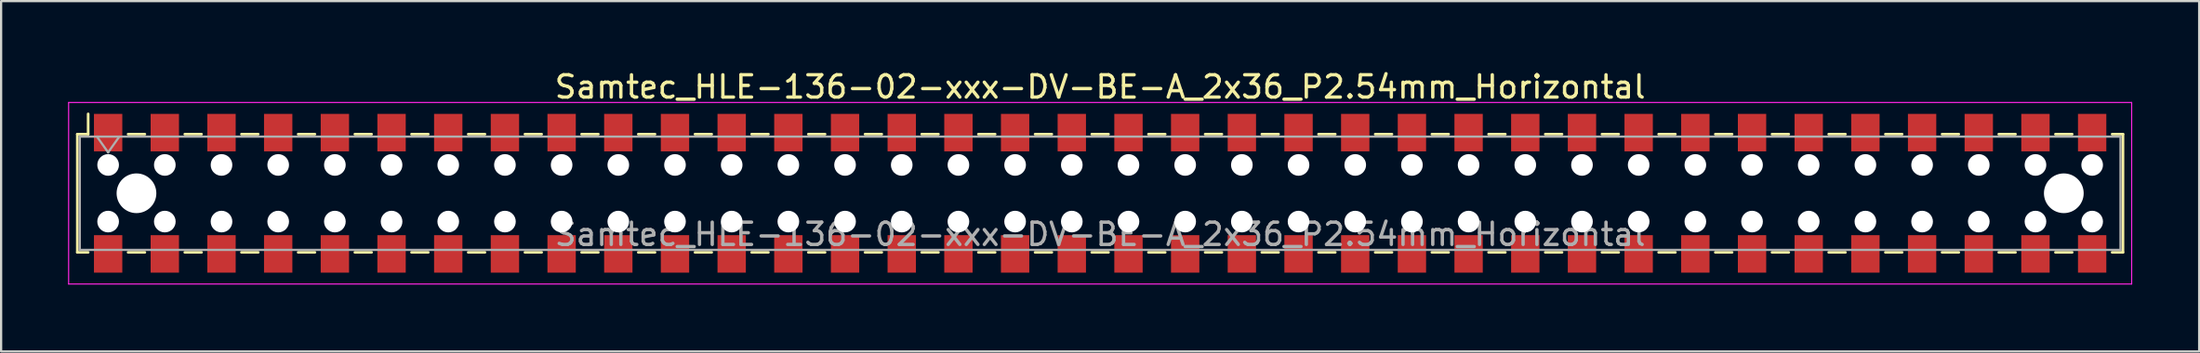
<source format=kicad_pcb>
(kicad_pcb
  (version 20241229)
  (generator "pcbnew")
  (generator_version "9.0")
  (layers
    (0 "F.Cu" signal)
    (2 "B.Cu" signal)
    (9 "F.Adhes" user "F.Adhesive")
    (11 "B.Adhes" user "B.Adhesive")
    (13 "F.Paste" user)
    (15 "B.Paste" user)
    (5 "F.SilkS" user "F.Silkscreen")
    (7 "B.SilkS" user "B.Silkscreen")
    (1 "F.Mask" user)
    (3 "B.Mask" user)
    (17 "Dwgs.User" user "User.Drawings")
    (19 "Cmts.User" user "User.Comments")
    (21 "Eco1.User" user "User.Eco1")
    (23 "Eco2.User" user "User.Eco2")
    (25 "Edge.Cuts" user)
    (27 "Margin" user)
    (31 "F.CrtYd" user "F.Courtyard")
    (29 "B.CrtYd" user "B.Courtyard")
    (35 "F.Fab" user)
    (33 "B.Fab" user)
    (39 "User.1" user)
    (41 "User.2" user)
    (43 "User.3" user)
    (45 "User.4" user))
  (footprint "Samtec_HLE-136-02-xxx-DV-BE-A_2x36_P2.54mm_Horizontal"
    (layer "F.Cu")
    (at 46.245 5.618)
    (property "Reference" "Samtec_HLE-136-02-xxx-DV-BE-A_2x36_P2.54mm_Horizontal" (at 0 -4.77 0) (layer "F.SilkS") (effects (font (size 1 1) (thickness 0.15))))
    (attr smd)
    (fp_line (start -45.83 -2.65) (end -45.83 2.65) (stroke (width 0.12) (type solid)) (layer "F.SilkS"))
    (fp_line (start -45.83 2.65) (end -45.345 2.65) (stroke (width 0.12) (type solid)) (layer "F.SilkS"))
    (fp_line (start -45.345 -3.56) (end -45.345 -2.65) (stroke (width 0.12) (type solid)) (layer "F.SilkS"))
    (fp_line (start -45.345 -2.65) (end -45.83 -2.65) (stroke (width 0.12) (type solid)) (layer "F.SilkS"))
    (fp_line (start -43.555 -2.65) (end -42.805 -2.65) (stroke (width 0.12) (type solid)) (layer "F.SilkS"))
    (fp_line (start -43.555 2.65) (end -42.805 2.65) (stroke (width 0.12) (type solid)) (layer "F.SilkS"))
    (fp_line (start -41.015 -2.65) (end -40.265 -2.65) (stroke (width 0.12) (type solid)) (layer "F.SilkS"))
    (fp_line (start -41.015 2.65) (end -40.265 2.65) (stroke (width 0.12) (type solid)) (layer "F.SilkS"))
    (fp_line (start -38.475 -2.65) (end -37.725 -2.65) (stroke (width 0.12) (type solid)) (layer "F.SilkS"))
    (fp_line (start -38.475 2.65) (end -37.725 2.65) (stroke (width 0.12) (type solid)) (layer "F.SilkS"))
    (fp_line (start -35.935 -2.65) (end -35.185 -2.65) (stroke (width 0.12) (type solid)) (layer "F.SilkS"))
    (fp_line (start -35.935 2.65) (end -35.185 2.65) (stroke (width 0.12) (type solid)) (layer "F.SilkS"))
    (fp_line (start -33.395 -2.65) (end -32.645 -2.65) (stroke (width 0.12) (type solid)) (layer "F.SilkS"))
    (fp_line (start -33.395 2.65) (end -32.645 2.65) (stroke (width 0.12) (type solid)) (layer "F.SilkS"))
    (fp_line (start -30.855 -2.65) (end -30.105 -2.65) (stroke (width 0.12) (type solid)) (layer "F.SilkS"))
    (fp_line (start -30.855 2.65) (end -30.105 2.65) (stroke (width 0.12) (type solid)) (layer "F.SilkS"))
    (fp_line (start -28.315 -2.65) (end -27.565 -2.65) (stroke (width 0.12) (type solid)) (layer "F.SilkS"))
    (fp_line (start -28.315 2.65) (end -27.565 2.65) (stroke (width 0.12) (type solid)) (layer "F.SilkS"))
    (fp_line (start -25.775 -2.65) (end -25.025 -2.65) (stroke (width 0.12) (type solid)) (layer "F.SilkS"))
    (fp_line (start -25.775 2.65) (end -25.025 2.65) (stroke (width 0.12) (type solid)) (layer "F.SilkS"))
    (fp_line (start -23.235 -2.65) (end -22.485 -2.65) (stroke (width 0.12) (type solid)) (layer "F.SilkS"))
    (fp_line (start -23.235 2.65) (end -22.485 2.65) (stroke (width 0.12) (type solid)) (layer "F.SilkS"))
    (fp_line (start -20.695 -2.65) (end -19.945 -2.65) (stroke (width 0.12) (type solid)) (layer "F.SilkS"))
    (fp_line (start -20.695 2.65) (end -19.945 2.65) (stroke (width 0.12) (type solid)) (layer "F.SilkS"))
    (fp_line (start -18.155 -2.65) (end -17.405 -2.65) (stroke (width 0.12) (type solid)) (layer "F.SilkS"))
    (fp_line (start -18.155 2.65) (end -17.405 2.65) (stroke (width 0.12) (type solid)) (layer "F.SilkS"))
    (fp_line (start -15.615 -2.65) (end -14.865 -2.65) (stroke (width 0.12) (type solid)) (layer "F.SilkS"))
    (fp_line (start -15.615 2.65) (end -14.865 2.65) (stroke (width 0.12) (type solid)) (layer "F.SilkS"))
    (fp_line (start -13.075 -2.65) (end -12.325 -2.65) (stroke (width 0.12) (type solid)) (layer "F.SilkS"))
    (fp_line (start -13.075 2.65) (end -12.325 2.65) (stroke (width 0.12) (type solid)) (layer "F.SilkS"))
    (fp_line (start -10.535 -2.65) (end -9.785 -2.65) (stroke (width 0.12) (type solid)) (layer "F.SilkS"))
    (fp_line (start -10.535 2.65) (end -9.785 2.65) (stroke (width 0.12) (type solid)) (layer "F.SilkS"))
    (fp_line (start -7.995 -2.65) (end -7.245 -2.65) (stroke (width 0.12) (type solid)) (layer "F.SilkS"))
    (fp_line (start -7.995 2.65) (end -7.245 2.65) (stroke (width 0.12) (type solid)) (layer "F.SilkS"))
    (fp_line (start -5.455 -2.65) (end -4.705 -2.65) (stroke (width 0.12) (type solid)) (layer "F.SilkS"))
    (fp_line (start -5.455 2.65) (end -4.705 2.65) (stroke (width 0.12) (type solid)) (layer "F.SilkS"))
    (fp_line (start -2.915 -2.65) (end -2.165 -2.65) (stroke (width 0.12) (type solid)) (layer "F.SilkS"))
    (fp_line (start -2.915 2.65) (end -2.165 2.65) (stroke (width 0.12) (type solid)) (layer "F.SilkS"))
    (fp_line (start -0.375 -2.65) (end 0.375 -2.65) (stroke (width 0.12) (type solid)) (layer "F.SilkS"))
    (fp_line (start -0.375 2.65) (end 0.375 2.65) (stroke (width 0.12) (type solid)) (layer "F.SilkS"))
    (fp_line (start 2.165 -2.65) (end 2.915 -2.65) (stroke (width 0.12) (type solid)) (layer "F.SilkS"))
    (fp_line (start 2.165 2.65) (end 2.915 2.65) (stroke (width 0.12) (type solid)) (layer "F.SilkS"))
    (fp_line (start 4.705 -2.65) (end 5.455 -2.65) (stroke (width 0.12) (type solid)) (layer "F.SilkS"))
    (fp_line (start 4.705 2.65) (end 5.455 2.65) (stroke (width 0.12) (type solid)) (layer "F.SilkS"))
    (fp_line (start 7.245 -2.65) (end 7.995 -2.65) (stroke (width 0.12) (type solid)) (layer "F.SilkS"))
    (fp_line (start 7.245 2.65) (end 7.995 2.65) (stroke (width 0.12) (type solid)) (layer "F.SilkS"))
    (fp_line (start 9.785 -2.65) (end 10.535 -2.65) (stroke (width 0.12) (type solid)) (layer "F.SilkS"))
    (fp_line (start 9.785 2.65) (end 10.535 2.65) (stroke (width 0.12) (type solid)) (layer "F.SilkS"))
    (fp_line (start 12.325 -2.65) (end 13.075 -2.65) (stroke (width 0.12) (type solid)) (layer "F.SilkS"))
    (fp_line (start 12.325 2.65) (end 13.075 2.65) (stroke (width 0.12) (type solid)) (layer "F.SilkS"))
    (fp_line (start 14.865 -2.65) (end 15.615 -2.65) (stroke (width 0.12) (type solid)) (layer "F.SilkS"))
    (fp_line (start 14.865 2.65) (end 15.615 2.65) (stroke (width 0.12) (type solid)) (layer "F.SilkS"))
    (fp_line (start 17.405 -2.65) (end 18.155 -2.65) (stroke (width 0.12) (type solid)) (layer "F.SilkS"))
    (fp_line (start 17.405 2.65) (end 18.155 2.65) (stroke (width 0.12) (type solid)) (layer "F.SilkS"))
    (fp_line (start 19.945 -2.65) (end 20.695 -2.65) (stroke (width 0.12) (type solid)) (layer "F.SilkS"))
    (fp_line (start 19.945 2.65) (end 20.695 2.65) (stroke (width 0.12) (type solid)) (layer "F.SilkS"))
    (fp_line (start 22.485 -2.65) (end 23.235 -2.65) (stroke (width 0.12) (type solid)) (layer "F.SilkS"))
    (fp_line (start 22.485 2.65) (end 23.235 2.65) (stroke (width 0.12) (type solid)) (layer "F.SilkS"))
    (fp_line (start 25.025 -2.65) (end 25.775 -2.65) (stroke (width 0.12) (type solid)) (layer "F.SilkS"))
    (fp_line (start 25.025 2.65) (end 25.775 2.65) (stroke (width 0.12) (type solid)) (layer "F.SilkS"))
    (fp_line (start 27.565 -2.65) (end 28.315 -2.65) (stroke (width 0.12) (type solid)) (layer "F.SilkS"))
    (fp_line (start 27.565 2.65) (end 28.315 2.65) (stroke (width 0.12) (type solid)) (layer "F.SilkS"))
    (fp_line (start 30.105 -2.65) (end 30.855 -2.65) (stroke (width 0.12) (type solid)) (layer "F.SilkS"))
    (fp_line (start 30.105 2.65) (end 30.855 2.65) (stroke (width 0.12) (type solid)) (layer "F.SilkS"))
    (fp_line (start 32.645 -2.65) (end 33.395 -2.65) (stroke (width 0.12) (type solid)) (layer "F.SilkS"))
    (fp_line (start 32.645 2.65) (end 33.395 2.65) (stroke (width 0.12) (type solid)) (layer "F.SilkS"))
    (fp_line (start 35.185 -2.65) (end 35.935 -2.65) (stroke (width 0.12) (type solid)) (layer "F.SilkS"))
    (fp_line (start 35.185 2.65) (end 35.935 2.65) (stroke (width 0.12) (type solid)) (layer "F.SilkS"))
    (fp_line (start 37.725 -2.65) (end 38.475 -2.65) (stroke (width 0.12) (type solid)) (layer "F.SilkS"))
    (fp_line (start 37.725 2.65) (end 38.475 2.65) (stroke (width 0.12) (type solid)) (layer "F.SilkS"))
    (fp_line (start 40.265 -2.65) (end 41.015 -2.65) (stroke (width 0.12) (type solid)) (layer "F.SilkS"))
    (fp_line (start 40.265 2.65) (end 41.015 2.65) (stroke (width 0.12) (type solid)) (layer "F.SilkS"))
    (fp_line (start 42.805 -2.65) (end 43.555 -2.65) (stroke (width 0.12) (type solid)) (layer "F.SilkS"))
    (fp_line (start 42.805 2.65) (end 43.555 2.65) (stroke (width 0.12) (type solid)) (layer "F.SilkS"))
    (fp_line (start 45.345 -2.65) (end 45.83 -2.65) (stroke (width 0.12) (type solid)) (layer "F.SilkS"))
    (fp_line (start 45.83 -2.65) (end 45.83 2.65) (stroke (width 0.12) (type solid)) (layer "F.SilkS"))
    (fp_line (start 45.83 2.65) (end 45.345 2.65) (stroke (width 0.12) (type solid)) (layer "F.SilkS"))
    (fp_line (start -46.22 -4.07) (end 46.22 -4.07) (stroke (width 0.05) (type solid)) (layer "F.CrtYd"))
    (fp_line (start -46.22 4.07) (end -46.22 -4.07) (stroke (width 0.05) (type solid)) (layer "F.CrtYd"))
    (fp_line (start 46.22 -4.07) (end 46.22 4.07) (stroke (width 0.05) (type solid)) (layer "F.CrtYd"))
    (fp_line (start 46.22 4.07) (end -46.22 4.07) (stroke (width 0.05) (type solid)) (layer "F.CrtYd"))
    (fp_line (start -45.72 -2.54) (end 45.72 -2.54) (stroke (width 0.1) (type solid)) (layer "F.Fab"))
    (fp_line (start -45.72 2.54) (end -45.72 -2.54) (stroke (width 0.1) (type solid)) (layer "F.Fab"))
    (fp_line (start -44.95 -2.54) (end -44.45 -1.833) (stroke (width 0.1) (type solid)) (layer "F.Fab"))
    (fp_line (start -44.45 -1.833) (end -43.95 -2.54) (stroke (width 0.1) (type solid)) (layer "F.Fab"))
    (fp_line (start 45.72 -2.54) (end 45.72 2.54) (stroke (width 0.1) (type solid)) (layer "F.Fab"))
    (fp_line (start 45.72 2.54) (end -45.72 2.54) (stroke (width 0.1) (type solid)) (layer "F.Fab"))
    (fp_text user "${REFERENCE}" (at 0 1.84 0) (layer "F.Fab") (effects (font (size 1 1) (thickness 0.15))))
    (pad "" np_thru_hole circle (at -44.45 -1.27) (size 0.97 0.97) (drill 0.97) (layers "*.Cu" "*.Mask"))
    (pad "" np_thru_hole circle (at -44.45 1.27) (size 0.97 0.97) (drill 0.97) (layers "*.Cu" "*.Mask"))
    (pad "" np_thru_hole circle (at -43.18 0) (size 1.78 1.78) (drill 1.78) (layers "*.Cu" "*.Mask"))
    (pad "" np_thru_hole circle (at -41.91 -1.27) (size 0.97 0.97) (drill 0.97) (layers "*.Cu" "*.Mask"))
    (pad "" np_thru_hole circle (at -41.91 1.27) (size 0.97 0.97) (drill 0.97) (layers "*.Cu" "*.Mask"))
    (pad "" np_thru_hole circle (at -39.37 -1.27) (size 0.97 0.97) (drill 0.97) (layers "*.Cu" "*.Mask"))
    (pad "" np_thru_hole circle (at -39.37 1.27) (size 0.97 0.97) (drill 0.97) (layers "*.Cu" "*.Mask"))
    (pad "" np_thru_hole circle (at -36.83 -1.27) (size 0.97 0.97) (drill 0.97) (layers "*.Cu" "*.Mask"))
    (pad "" np_thru_hole circle (at -36.83 1.27) (size 0.97 0.97) (drill 0.97) (layers "*.Cu" "*.Mask"))
    (pad "" np_thru_hole circle (at -34.29 -1.27) (size 0.97 0.97) (drill 0.97) (layers "*.Cu" "*.Mask"))
    (pad "" np_thru_hole circle (at -34.29 1.27) (size 0.97 0.97) (drill 0.97) (layers "*.Cu" "*.Mask"))
    (pad "" np_thru_hole circle (at -31.75 -1.27) (size 0.97 0.97) (drill 0.97) (layers "*.Cu" "*.Mask"))
    (pad "" np_thru_hole circle (at -31.75 1.27) (size 0.97 0.97) (drill 0.97) (layers "*.Cu" "*.Mask"))
    (pad "" np_thru_hole circle (at -29.21 -1.27) (size 0.97 0.97) (drill 0.97) (layers "*.Cu" "*.Mask"))
    (pad "" np_thru_hole circle (at -29.21 1.27) (size 0.97 0.97) (drill 0.97) (layers "*.Cu" "*.Mask"))
    (pad "" np_thru_hole circle (at -26.67 -1.27) (size 0.97 0.97) (drill 0.97) (layers "*.Cu" "*.Mask"))
    (pad "" np_thru_hole circle (at -26.67 1.27) (size 0.97 0.97) (drill 0.97) (layers "*.Cu" "*.Mask"))
    (pad "" np_thru_hole circle (at -24.13 -1.27) (size 0.97 0.97) (drill 0.97) (layers "*.Cu" "*.Mask"))
    (pad "" np_thru_hole circle (at -24.13 1.27) (size 0.97 0.97) (drill 0.97) (layers "*.Cu" "*.Mask"))
    (pad "" np_thru_hole circle (at -21.59 -1.27) (size 0.97 0.97) (drill 0.97) (layers "*.Cu" "*.Mask"))
    (pad "" np_thru_hole circle (at -21.59 1.27) (size 0.97 0.97) (drill 0.97) (layers "*.Cu" "*.Mask"))
    (pad "" np_thru_hole circle (at -19.05 -1.27) (size 0.97 0.97) (drill 0.97) (layers "*.Cu" "*.Mask"))
    (pad "" np_thru_hole circle (at -19.05 1.27) (size 0.97 0.97) (drill 0.97) (layers "*.Cu" "*.Mask"))
    (pad "" np_thru_hole circle (at -16.51 -1.27) (size 0.97 0.97) (drill 0.97) (layers "*.Cu" "*.Mask"))
    (pad "" np_thru_hole circle (at -16.51 1.27) (size 0.97 0.97) (drill 0.97) (layers "*.Cu" "*.Mask"))
    (pad "" np_thru_hole circle (at -13.97 -1.27) (size 0.97 0.97) (drill 0.97) (layers "*.Cu" "*.Mask"))
    (pad "" np_thru_hole circle (at -13.97 1.27) (size 0.97 0.97) (drill 0.97) (layers "*.Cu" "*.Mask"))
    (pad "" np_thru_hole circle (at -11.43 -1.27) (size 0.97 0.97) (drill 0.97) (layers "*.Cu" "*.Mask"))
    (pad "" np_thru_hole circle (at -11.43 1.27) (size 0.97 0.97) (drill 0.97) (layers "*.Cu" "*.Mask"))
    (pad "" np_thru_hole circle (at -8.89 -1.27) (size 0.97 0.97) (drill 0.97) (layers "*.Cu" "*.Mask"))
    (pad "" np_thru_hole circle (at -8.89 1.27) (size 0.97 0.97) (drill 0.97) (layers "*.Cu" "*.Mask"))
    (pad "" np_thru_hole circle (at -6.35 -1.27) (size 0.97 0.97) (drill 0.97) (layers "*.Cu" "*.Mask"))
    (pad "" np_thru_hole circle (at -6.35 1.27) (size 0.97 0.97) (drill 0.97) (layers "*.Cu" "*.Mask"))
    (pad "" np_thru_hole circle (at -3.81 -1.27) (size 0.97 0.97) (drill 0.97) (layers "*.Cu" "*.Mask"))
    (pad "" np_thru_hole circle (at -3.81 1.27) (size 0.97 0.97) (drill 0.97) (layers "*.Cu" "*.Mask"))
    (pad "" np_thru_hole circle (at -1.27 -1.27) (size 0.97 0.97) (drill 0.97) (layers "*.Cu" "*.Mask"))
    (pad "" np_thru_hole circle (at -1.27 1.27) (size 0.97 0.97) (drill 0.97) (layers "*.Cu" "*.Mask"))
    (pad "" np_thru_hole circle (at 1.27 -1.27) (size 0.97 0.97) (drill 0.97) (layers "*.Cu" "*.Mask"))
    (pad "" np_thru_hole circle (at 1.27 1.27) (size 0.97 0.97) (drill 0.97) (layers "*.Cu" "*.Mask"))
    (pad "" np_thru_hole circle (at 3.81 -1.27) (size 0.97 0.97) (drill 0.97) (layers "*.Cu" "*.Mask"))
    (pad "" np_thru_hole circle (at 3.81 1.27) (size 0.97 0.97) (drill 0.97) (layers "*.Cu" "*.Mask"))
    (pad "" np_thru_hole circle (at 6.35 -1.27) (size 0.97 0.97) (drill 0.97) (layers "*.Cu" "*.Mask"))
    (pad "" np_thru_hole circle (at 6.35 1.27) (size 0.97 0.97) (drill 0.97) (layers "*.Cu" "*.Mask"))
    (pad "" np_thru_hole circle (at 8.89 -1.27) (size 0.97 0.97) (drill 0.97) (layers "*.Cu" "*.Mask"))
    (pad "" np_thru_hole circle (at 8.89 1.27) (size 0.97 0.97) (drill 0.97) (layers "*.Cu" "*.Mask"))
    (pad "" np_thru_hole circle (at 11.43 -1.27) (size 0.97 0.97) (drill 0.97) (layers "*.Cu" "*.Mask"))
    (pad "" np_thru_hole circle (at 11.43 1.27) (size 0.97 0.97) (drill 0.97) (layers "*.Cu" "*.Mask"))
    (pad "" np_thru_hole circle (at 13.97 -1.27) (size 0.97 0.97) (drill 0.97) (layers "*.Cu" "*.Mask"))
    (pad "" np_thru_hole circle (at 13.97 1.27) (size 0.97 0.97) (drill 0.97) (layers "*.Cu" "*.Mask"))
    (pad "" np_thru_hole circle (at 16.51 -1.27) (size 0.97 0.97) (drill 0.97) (layers "*.Cu" "*.Mask"))
    (pad "" np_thru_hole circle (at 16.51 1.27) (size 0.97 0.97) (drill 0.97) (layers "*.Cu" "*.Mask"))
    (pad "" np_thru_hole circle (at 19.05 -1.27) (size 0.97 0.97) (drill 0.97) (layers "*.Cu" "*.Mask"))
    (pad "" np_thru_hole circle (at 19.05 1.27) (size 0.97 0.97) (drill 0.97) (layers "*.Cu" "*.Mask"))
    (pad "" np_thru_hole circle (at 21.59 -1.27) (size 0.97 0.97) (drill 0.97) (layers "*.Cu" "*.Mask"))
    (pad "" np_thru_hole circle (at 21.59 1.27) (size 0.97 0.97) (drill 0.97) (layers "*.Cu" "*.Mask"))
    (pad "" np_thru_hole circle (at 24.13 -1.27) (size 0.97 0.97) (drill 0.97) (layers "*.Cu" "*.Mask"))
    (pad "" np_thru_hole circle (at 24.13 1.27) (size 0.97 0.97) (drill 0.97) (layers "*.Cu" "*.Mask"))
    (pad "" np_thru_hole circle (at 26.67 -1.27) (size 0.97 0.97) (drill 0.97) (layers "*.Cu" "*.Mask"))
    (pad "" np_thru_hole circle (at 26.67 1.27) (size 0.97 0.97) (drill 0.97) (layers "*.Cu" "*.Mask"))
    (pad "" np_thru_hole circle (at 29.21 -1.27) (size 0.97 0.97) (drill 0.97) (layers "*.Cu" "*.Mask"))
    (pad "" np_thru_hole circle (at 29.21 1.27) (size 0.97 0.97) (drill 0.97) (layers "*.Cu" "*.Mask"))
    (pad "" np_thru_hole circle (at 31.75 -1.27) (size 0.97 0.97) (drill 0.97) (layers "*.Cu" "*.Mask"))
    (pad "" np_thru_hole circle (at 31.75 1.27) (size 0.97 0.97) (drill 0.97) (layers "*.Cu" "*.Mask"))
    (pad "" np_thru_hole circle (at 34.29 -1.27) (size 0.97 0.97) (drill 0.97) (layers "*.Cu" "*.Mask"))
    (pad "" np_thru_hole circle (at 34.29 1.27) (size 0.97 0.97) (drill 0.97) (layers "*.Cu" "*.Mask"))
    (pad "" np_thru_hole circle (at 36.83 -1.27) (size 0.97 0.97) (drill 0.97) (layers "*.Cu" "*.Mask"))
    (pad "" np_thru_hole circle (at 36.83 1.27) (size 0.97 0.97) (drill 0.97) (layers "*.Cu" "*.Mask"))
    (pad "" np_thru_hole circle (at 39.37 -1.27) (size 0.97 0.97) (drill 0.97) (layers "*.Cu" "*.Mask"))
    (pad "" np_thru_hole circle (at 39.37 1.27) (size 0.97 0.97) (drill 0.97) (layers "*.Cu" "*.Mask"))
    (pad "" np_thru_hole circle (at 41.91 -1.27) (size 0.97 0.97) (drill 0.97) (layers "*.Cu" "*.Mask"))
    (pad "" np_thru_hole circle (at 41.91 1.27) (size 0.97 0.97) (drill 0.97) (layers "*.Cu" "*.Mask"))
    (pad "" np_thru_hole circle (at 43.18 0) (size 1.78 1.78) (drill 1.78) (layers "*.Cu" "*.Mask"))
    (pad "" np_thru_hole circle (at 44.45 -1.27) (size 0.97 0.97) (drill 0.97) (layers "*.Cu" "*.Mask"))
    (pad "" np_thru_hole circle (at 44.45 1.27) (size 0.97 0.97) (drill 0.97) (layers "*.Cu" "*.Mask"))
    (pad "1" smd rect (at -44.45 -2.72) (size 1.27 1.68) (layers "F.Cu" "F.Mask" "F.Paste"))
    (pad "2" smd rect (at -44.45 2.72) (size 1.27 1.68) (layers "F.Cu" "F.Mask" "F.Paste"))
    (pad "3" smd rect (at -41.91 -2.72) (size 1.27 1.68) (layers "F.Cu" "F.Mask" "F.Paste"))
    (pad "4" smd rect (at -41.91 2.72) (size 1.27 1.68) (layers "F.Cu" "F.Mask" "F.Paste"))
    (pad "5" smd rect (at -39.37 -2.72) (size 1.27 1.68) (layers "F.Cu" "F.Mask" "F.Paste"))
    (pad "6" smd rect (at -39.37 2.72) (size 1.27 1.68) (layers "F.Cu" "F.Mask" "F.Paste"))
    (pad "7" smd rect (at -36.83 -2.72) (size 1.27 1.68) (layers "F.Cu" "F.Mask" "F.Paste"))
    (pad "8" smd rect (at -36.83 2.72) (size 1.27 1.68) (layers "F.Cu" "F.Mask" "F.Paste"))
    (pad "9" smd rect (at -34.29 -2.72) (size 1.27 1.68) (layers "F.Cu" "F.Mask" "F.Paste"))
    (pad "10" smd rect (at -34.29 2.72) (size 1.27 1.68) (layers "F.Cu" "F.Mask" "F.Paste"))
    (pad "11" smd rect (at -31.75 -2.72) (size 1.27 1.68) (layers "F.Cu" "F.Mask" "F.Paste"))
    (pad "12" smd rect (at -31.75 2.72) (size 1.27 1.68) (layers "F.Cu" "F.Mask" "F.Paste"))
    (pad "13" smd rect (at -29.21 -2.72) (size 1.27 1.68) (layers "F.Cu" "F.Mask" "F.Paste"))
    (pad "14" smd rect (at -29.21 2.72) (size 1.27 1.68) (layers "F.Cu" "F.Mask" "F.Paste"))
    (pad "15" smd rect (at -26.67 -2.72) (size 1.27 1.68) (layers "F.Cu" "F.Mask" "F.Paste"))
    (pad "16" smd rect (at -26.67 2.72) (size 1.27 1.68) (layers "F.Cu" "F.Mask" "F.Paste"))
    (pad "17" smd rect (at -24.13 -2.72) (size 1.27 1.68) (layers "F.Cu" "F.Mask" "F.Paste"))
    (pad "18" smd rect (at -24.13 2.72) (size 1.27 1.68) (layers "F.Cu" "F.Mask" "F.Paste"))
    (pad "19" smd rect (at -21.59 -2.72) (size 1.27 1.68) (layers "F.Cu" "F.Mask" "F.Paste"))
    (pad "20" smd rect (at -21.59 2.72) (size 1.27 1.68) (layers "F.Cu" "F.Mask" "F.Paste"))
    (pad "21" smd rect (at -19.05 -2.72) (size 1.27 1.68) (layers "F.Cu" "F.Mask" "F.Paste"))
    (pad "22" smd rect (at -19.05 2.72) (size 1.27 1.68) (layers "F.Cu" "F.Mask" "F.Paste"))
    (pad "23" smd rect (at -16.51 -2.72) (size 1.27 1.68) (layers "F.Cu" "F.Mask" "F.Paste"))
    (pad "24" smd rect (at -16.51 2.72) (size 1.27 1.68) (layers "F.Cu" "F.Mask" "F.Paste"))
    (pad "25" smd rect (at -13.97 -2.72) (size 1.27 1.68) (layers "F.Cu" "F.Mask" "F.Paste"))
    (pad "26" smd rect (at -13.97 2.72) (size 1.27 1.68) (layers "F.Cu" "F.Mask" "F.Paste"))
    (pad "27" smd rect (at -11.43 -2.72) (size 1.27 1.68) (layers "F.Cu" "F.Mask" "F.Paste"))
    (pad "28" smd rect (at -11.43 2.72) (size 1.27 1.68) (layers "F.Cu" "F.Mask" "F.Paste"))
    (pad "29" smd rect (at -8.89 -2.72) (size 1.27 1.68) (layers "F.Cu" "F.Mask" "F.Paste"))
    (pad "30" smd rect (at -8.89 2.72) (size 1.27 1.68) (layers "F.Cu" "F.Mask" "F.Paste"))
    (pad "31" smd rect (at -6.35 -2.72) (size 1.27 1.68) (layers "F.Cu" "F.Mask" "F.Paste"))
    (pad "32" smd rect (at -6.35 2.72) (size 1.27 1.68) (layers "F.Cu" "F.Mask" "F.Paste"))
    (pad "33" smd rect (at -3.81 -2.72) (size 1.27 1.68) (layers "F.Cu" "F.Mask" "F.Paste"))
    (pad "34" smd rect (at -3.81 2.72) (size 1.27 1.68) (layers "F.Cu" "F.Mask" "F.Paste"))
    (pad "35" smd rect (at -1.27 -2.72) (size 1.27 1.68) (layers "F.Cu" "F.Mask" "F.Paste"))
    (pad "36" smd rect (at -1.27 2.72) (size 1.27 1.68) (layers "F.Cu" "F.Mask" "F.Paste"))
    (pad "37" smd rect (at 1.27 -2.72) (size 1.27 1.68) (layers "F.Cu" "F.Mask" "F.Paste"))
    (pad "38" smd rect (at 1.27 2.72) (size 1.27 1.68) (layers "F.Cu" "F.Mask" "F.Paste"))
    (pad "39" smd rect (at 3.81 -2.72) (size 1.27 1.68) (layers "F.Cu" "F.Mask" "F.Paste"))
    (pad "40" smd rect (at 3.81 2.72) (size 1.27 1.68) (layers "F.Cu" "F.Mask" "F.Paste"))
    (pad "41" smd rect (at 6.35 -2.72) (size 1.27 1.68) (layers "F.Cu" "F.Mask" "F.Paste"))
    (pad "42" smd rect (at 6.35 2.72) (size 1.27 1.68) (layers "F.Cu" "F.Mask" "F.Paste"))
    (pad "43" smd rect (at 8.89 -2.72) (size 1.27 1.68) (layers "F.Cu" "F.Mask" "F.Paste"))
    (pad "44" smd rect (at 8.89 2.72) (size 1.27 1.68) (layers "F.Cu" "F.Mask" "F.Paste"))
    (pad "45" smd rect (at 11.43 -2.72) (size 1.27 1.68) (layers "F.Cu" "F.Mask" "F.Paste"))
    (pad "46" smd rect (at 11.43 2.72) (size 1.27 1.68) (layers "F.Cu" "F.Mask" "F.Paste"))
    (pad "47" smd rect (at 13.97 -2.72) (size 1.27 1.68) (layers "F.Cu" "F.Mask" "F.Paste"))
    (pad "48" smd rect (at 13.97 2.72) (size 1.27 1.68) (layers "F.Cu" "F.Mask" "F.Paste"))
    (pad "49" smd rect (at 16.51 -2.72) (size 1.27 1.68) (layers "F.Cu" "F.Mask" "F.Paste"))
    (pad "50" smd rect (at 16.51 2.72) (size 1.27 1.68) (layers "F.Cu" "F.Mask" "F.Paste"))
    (pad "51" smd rect (at 19.05 -2.72) (size 1.27 1.68) (layers "F.Cu" "F.Mask" "F.Paste"))
    (pad "52" smd rect (at 19.05 2.72) (size 1.27 1.68) (layers "F.Cu" "F.Mask" "F.Paste"))
    (pad "53" smd rect (at 21.59 -2.72) (size 1.27 1.68) (layers "F.Cu" "F.Mask" "F.Paste"))
    (pad "54" smd rect (at 21.59 2.72) (size 1.27 1.68) (layers "F.Cu" "F.Mask" "F.Paste"))
    (pad "55" smd rect (at 24.13 -2.72) (size 1.27 1.68) (layers "F.Cu" "F.Mask" "F.Paste"))
    (pad "56" smd rect (at 24.13 2.72) (size 1.27 1.68) (layers "F.Cu" "F.Mask" "F.Paste"))
    (pad "57" smd rect (at 26.67 -2.72) (size 1.27 1.68) (layers "F.Cu" "F.Mask" "F.Paste"))
    (pad "58" smd rect (at 26.67 2.72) (size 1.27 1.68) (layers "F.Cu" "F.Mask" "F.Paste"))
    (pad "59" smd rect (at 29.21 -2.72) (size 1.27 1.68) (layers "F.Cu" "F.Mask" "F.Paste"))
    (pad "60" smd rect (at 29.21 2.72) (size 1.27 1.68) (layers "F.Cu" "F.Mask" "F.Paste"))
    (pad "61" smd rect (at 31.75 -2.72) (size 1.27 1.68) (layers "F.Cu" "F.Mask" "F.Paste"))
    (pad "62" smd rect (at 31.75 2.72) (size 1.27 1.68) (layers "F.Cu" "F.Mask" "F.Paste"))
    (pad "63" smd rect (at 34.29 -2.72) (size 1.27 1.68) (layers "F.Cu" "F.Mask" "F.Paste"))
    (pad "64" smd rect (at 34.29 2.72) (size 1.27 1.68) (layers "F.Cu" "F.Mask" "F.Paste"))
    (pad "65" smd rect (at 36.83 -2.72) (size 1.27 1.68) (layers "F.Cu" "F.Mask" "F.Paste"))
    (pad "66" smd rect (at 36.83 2.72) (size 1.27 1.68) (layers "F.Cu" "F.Mask" "F.Paste"))
    (pad "67" smd rect (at 39.37 -2.72) (size 1.27 1.68) (layers "F.Cu" "F.Mask" "F.Paste"))
    (pad "68" smd rect (at 39.37 2.72) (size 1.27 1.68) (layers "F.Cu" "F.Mask" "F.Paste"))
    (pad "69" smd rect (at 41.91 -2.72) (size 1.27 1.68) (layers "F.Cu" "F.Mask" "F.Paste"))
    (pad "70" smd rect (at 41.91 2.72) (size 1.27 1.68) (layers "F.Cu" "F.Mask" "F.Paste"))
    (pad "71" smd rect (at 44.45 -2.72) (size 1.27 1.68) (layers "F.Cu" "F.Mask" "F.Paste"))
    (pad "72" smd rect (at 44.45 2.72) (size 1.27 1.68) (layers "F.Cu" "F.Mask" "F.Paste")))
  (gr_rect
    (start -3 -3)
    (end 95.49 12.713)
    (stroke (width 0.1) (type default))
    (fill no)
    (layer "Edge.Cuts")))
</source>
